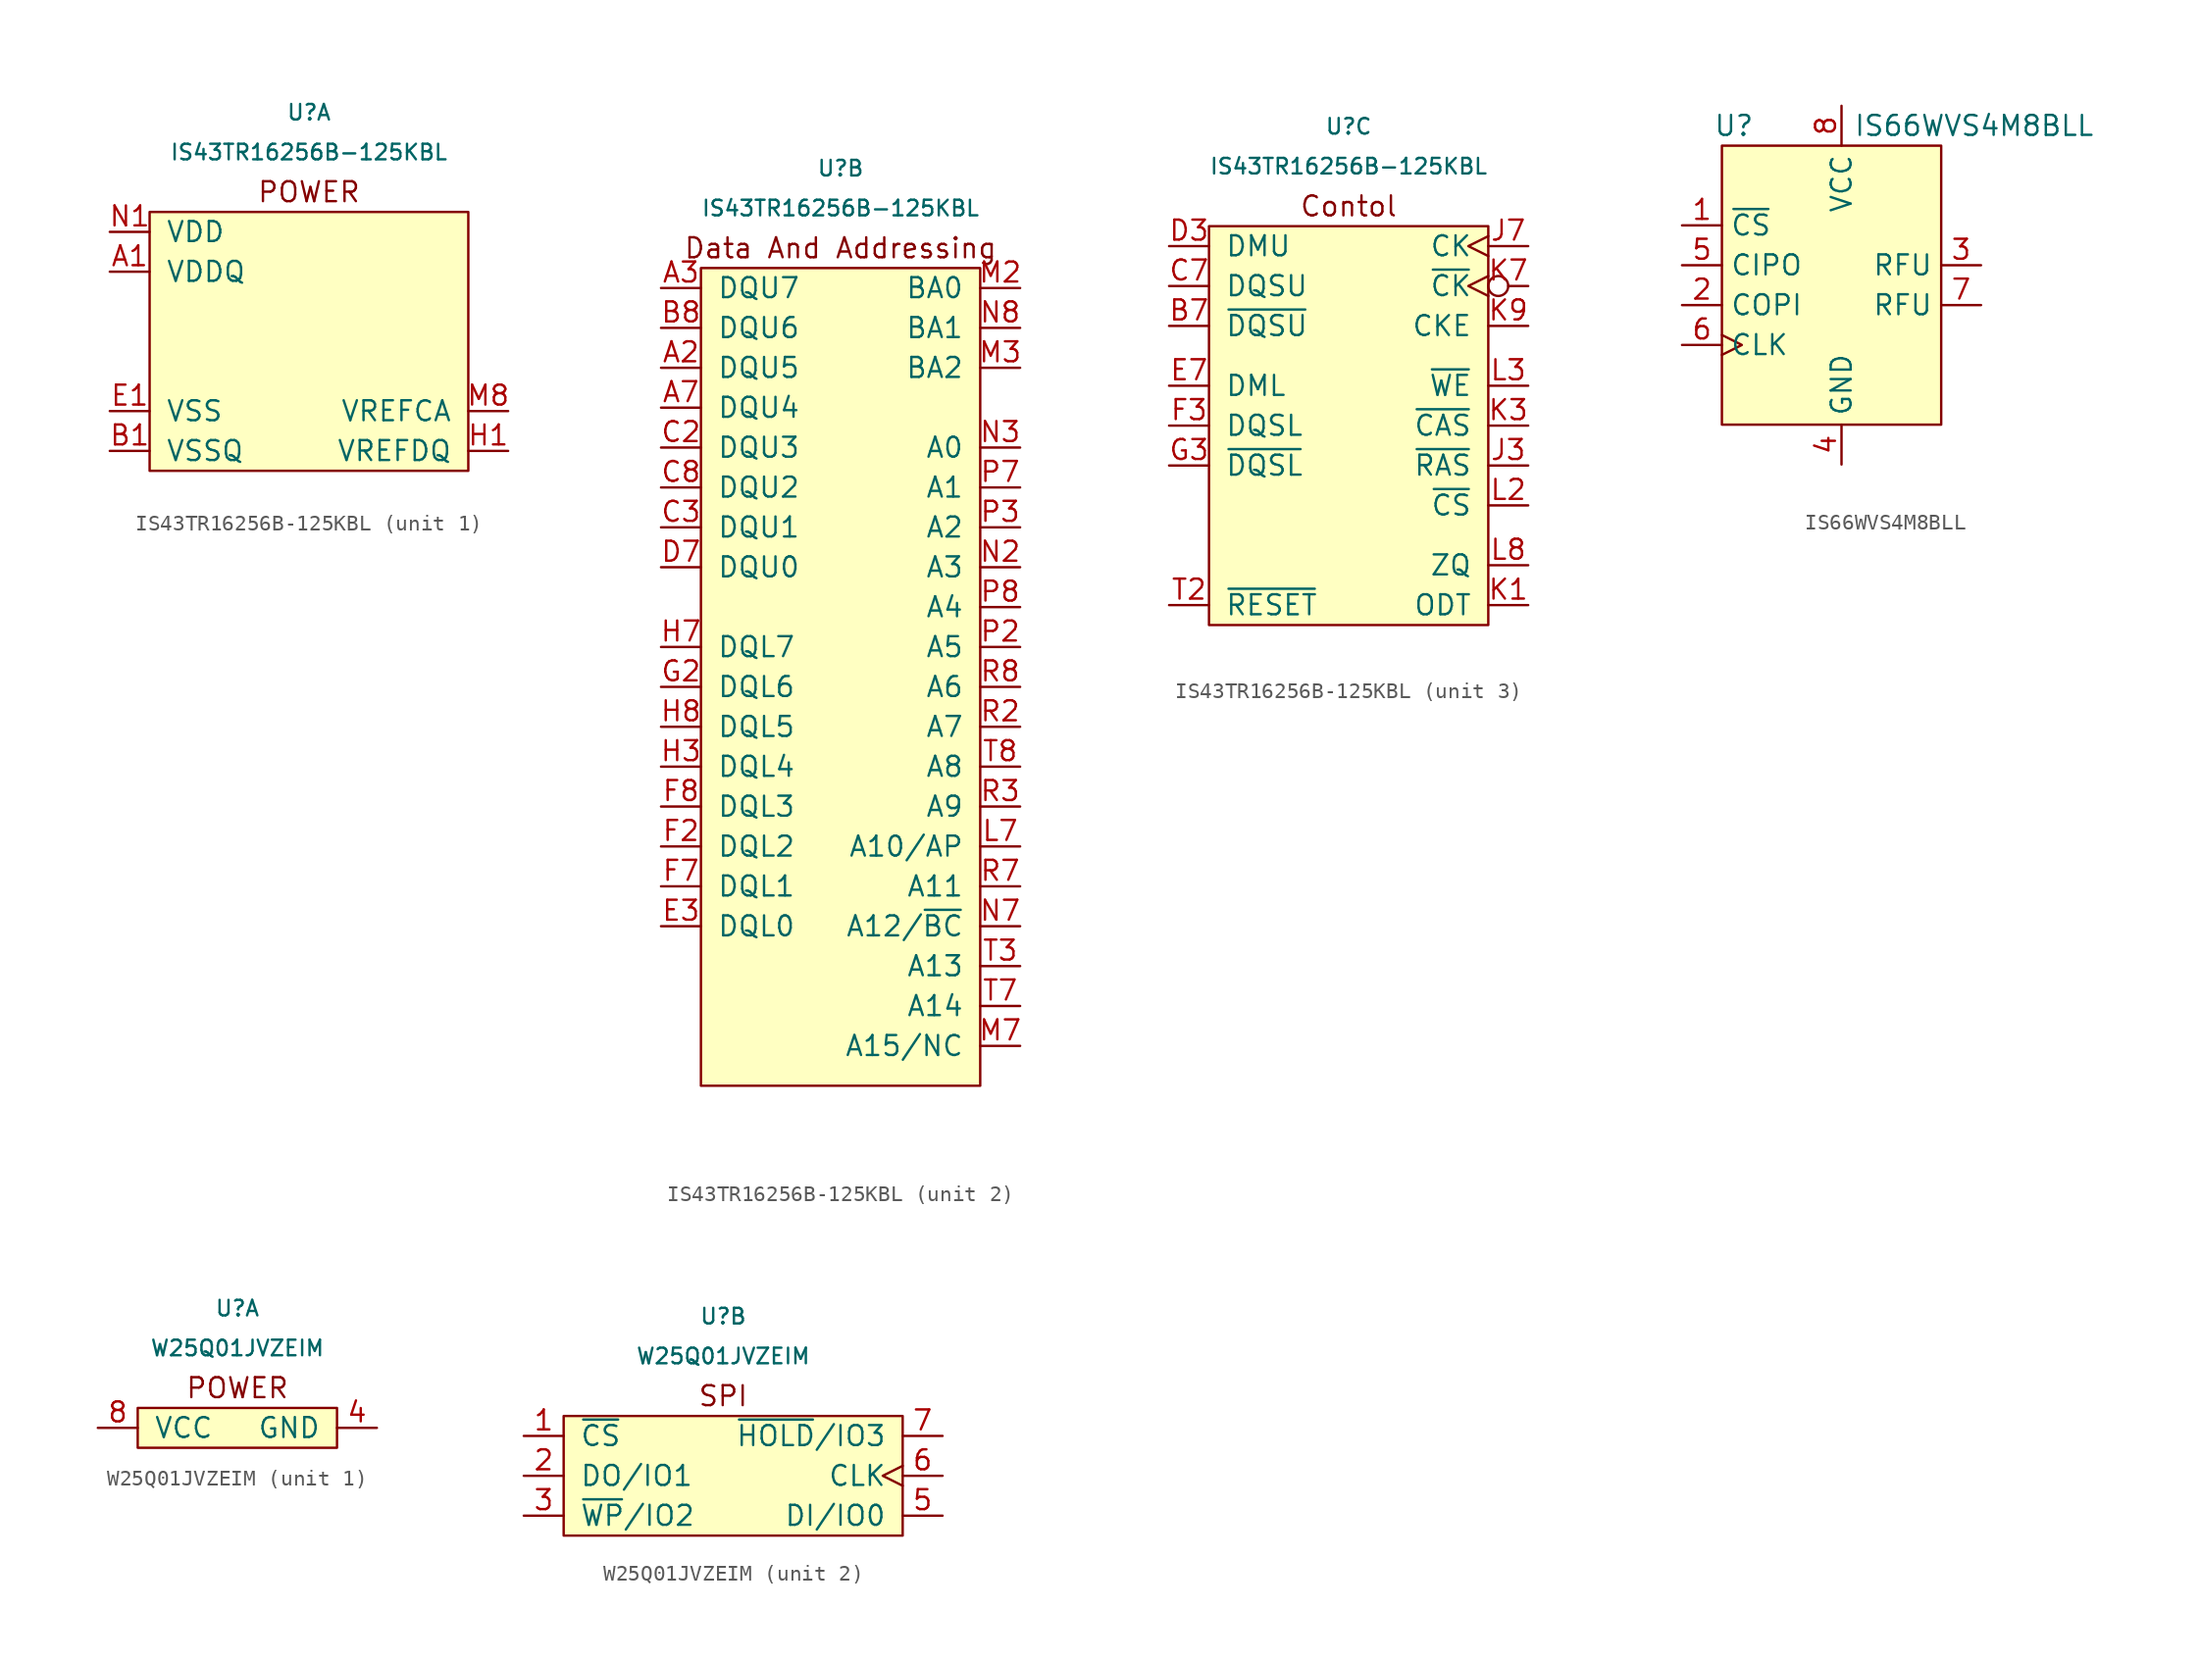
<source format=kicad_sym>
(kicad_symbol_lib
  (version 20231120)
  (generator "kicad_symbol_editor")
  (generator_version "8.0")
  (symbol "IS43TR16256B-125KBL"
    (pin_names
      (offset 1.016))
    (property "Reference" "U"
      (at 0 12.7 0)
      (effects (font (size 0.991 0.991))))
    (property "Value" "IS43TR16256B-125KBL"
      (at 0 10.16 0)
      (effects (font (size 0.991 0.991))))
    (property "ki_locked" ""
      (at 0 0 0)
      (effects (font (size 1.27 1.27))))
    (symbol "IS43TR16256B-125KBL_1_0"
      (text "POWER" (at 0 7.62 0) (effects (font (size 1.27 1.27)))))
    (symbol "IS43TR16256B-125KBL_1_1"
      (rectangle (start 10.16 6.35) (end -10.16 -10.16) (stroke (width 0) (type default)) (fill (type background)))
      (pin power_in line (at -12.7 2.54 0) (length 2.54) (name "VDDQ" (effects (font (size 1.27 1.27)))) (number "A1" (effects (font (size 1.27 1.27)))))
      (pin passive line (at -12.7 2.54 0) (length 2.54) hide (name "VDDQ" (effects (font (size 1.27 1.27)))) (number "A8" (effects (font (size 1.27 1.27)))))
      (pin passive line (at -12.7 -6.35 0) (length 2.54) hide (name "VSS" (effects (font (size 1.27 1.27)))) (number "A9" (effects (font (size 1.27 1.27)))))
      (pin passive line (at -12.7 -8.89 0) (length 2.54) (name "VSSQ" (effects (font (size 1.27 1.27)))) (number "B1" (effects (font (size 1.27 1.27)))))
      (pin passive line (at -12.7 5.08 0) (length 2.54) hide (name "VDD" (effects (font (size 1.27 1.27)))) (number "B2" (effects (font (size 1.27 1.27)))))
      (pin passive line (at -12.7 -6.35 0) (length 2.54) hide (name "VSS" (effects (font (size 1.27 1.27)))) (number "B3" (effects (font (size 1.27 1.27)))))
      (pin passive line (at -12.7 -8.89 0) (length 2.54) hide (name "VSSQ" (effects (font (size 1.27 1.27)))) (number "B9" (effects (font (size 1.27 1.27)))))
      (pin passive line (at -12.7 2.54 0) (length 2.54) hide (name "VDDQ" (effects (font (size 1.27 1.27)))) (number "C1" (effects (font (size 1.27 1.27)))))
      (pin passive line (at -12.7 2.54 0) (length 2.54) hide (name "VDDQ" (effects (font (size 1.27 1.27)))) (number "C9" (effects (font (size 1.27 1.27)))))
      (pin passive line (at -12.7 -8.89 0) (length 2.54) hide (name "VSSQ" (effects (font (size 1.27 1.27)))) (number "D1" (effects (font (size 1.27 1.27)))))
      (pin passive line (at -12.7 2.54 0) (length 2.54) hide (name "VDDQ" (effects (font (size 1.27 1.27)))) (number "D2" (effects (font (size 1.27 1.27)))))
      (pin passive line (at -12.7 -8.89 0) (length 2.54) hide (name "VSSQ" (effects (font (size 1.27 1.27)))) (number "D8" (effects (font (size 1.27 1.27)))))
      (pin passive line (at -12.7 5.08 0) (length 2.54) hide (name "VDD" (effects (font (size 1.27 1.27)))) (number "D9" (effects (font (size 1.27 1.27)))))
      (pin passive line (at -12.7 -6.35 0) (length 2.54) (name "VSS" (effects (font (size 1.27 1.27)))) (number "E1" (effects (font (size 1.27 1.27)))))
      (pin passive line (at -12.7 -8.89 0) (length 2.54) hide (name "VSSQ" (effects (font (size 1.27 1.27)))) (number "E2" (effects (font (size 1.27 1.27)))))
      (pin passive line (at -12.7 -8.89 0) (length 2.54) hide (name "VSSQ" (effects (font (size 1.27 1.27)))) (number "E8" (effects (font (size 1.27 1.27)))))
      (pin passive line (at -12.7 2.54 0) (length 2.54) hide (name "VDDQ" (effects (font (size 1.27 1.27)))) (number "E9" (effects (font (size 1.27 1.27)))))
      (pin passive line (at -12.7 2.54 0) (length 2.54) hide (name "VDDQ" (effects (font (size 1.27 1.27)))) (number "F1" (effects (font (size 1.27 1.27)))))
      (pin passive line (at -12.7 -8.89 0) (length 2.54) hide (name "VSSQ" (effects (font (size 1.27 1.27)))) (number "F9" (effects (font (size 1.27 1.27)))))
      (pin passive line (at -12.7 -8.89 0) (length 2.54) hide (name "VSSQ" (effects (font (size 1.27 1.27)))) (number "G1" (effects (font (size 1.27 1.27)))))
      (pin passive line (at -12.7 5.08 0) (length 2.54) hide (name "VDD" (effects (font (size 1.27 1.27)))) (number "G7" (effects (font (size 1.27 1.27)))))
      (pin passive line (at -12.7 -6.35 0) (length 2.54) hide (name "VSS" (effects (font (size 1.27 1.27)))) (number "G8" (effects (font (size 1.27 1.27)))))
      (pin passive line (at -12.7 -8.89 0) (length 2.54) hide (name "VSSQ" (effects (font (size 1.27 1.27)))) (number "G9" (effects (font (size 1.27 1.27)))))
      (pin power_in line (at 12.7 -8.89 180) (length 2.54) (name "VREFDQ" (effects (font (size 1.27 1.27)))) (number "H1" (effects (font (size 1.27 1.27)))))
      (pin passive line (at -12.7 2.54 0) (length 2.54) hide (name "VDDQ" (effects (font (size 1.27 1.27)))) (number "H2" (effects (font (size 1.27 1.27)))))
      (pin passive line (at -12.7 2.54 0) (length 2.54) hide (name "VDDQ" (effects (font (size 1.27 1.27)))) (number "H9" (effects (font (size 1.27 1.27)))))
      (pin no_connect non_logic (at 12.7 5.08 180) (length 2.54) hide (name "NC" (effects (font (size 1.27 1.27)))) (number "J1" (effects (font (size 1.27 1.27)))))
      (pin passive line (at -12.7 -6.35 0) (length 2.54) hide (name "VSS" (effects (font (size 1.27 1.27)))) (number "J2" (effects (font (size 1.27 1.27)))))
      (pin passive line (at -12.7 -6.35 0) (length 2.54) hide (name "VSS" (effects (font (size 1.27 1.27)))) (number "J8" (effects (font (size 1.27 1.27)))))
      (pin no_connect non_logic (at 12.7 0 180) (length 2.54) hide (name "NC" (effects (font (size 1.27 1.27)))) (number "J9" (effects (font (size 1.27 1.27)))))
      (pin passive line (at -12.7 5.08 0) (length 2.54) hide (name "VDD" (effects (font (size 1.27 1.27)))) (number "K2" (effects (font (size 1.27 1.27)))))
      (pin passive line (at -12.7 5.08 0) (length 2.54) hide (name "VDD" (effects (font (size 1.27 1.27)))) (number "K8" (effects (font (size 1.27 1.27)))))
      (pin no_connect non_logic (at 12.7 2.54 180) (length 2.54) hide (name "NC" (effects (font (size 1.27 1.27)))) (number "L1" (effects (font (size 1.27 1.27)))))
      (pin no_connect non_logic (at 12.7 -2.54 180) (length 2.54) hide (name "NC" (effects (font (size 1.27 1.27)))) (number "L9" (effects (font (size 1.27 1.27)))))
      (pin passive line (at -12.7 -6.35 0) (length 2.54) hide (name "VSS" (effects (font (size 1.27 1.27)))) (number "M1" (effects (font (size 1.27 1.27)))))
      (pin power_in line (at 12.7 -6.35 180) (length 2.54) (name "VREFCA" (effects (font (size 1.27 1.27)))) (number "M8" (effects (font (size 1.27 1.27)))))
      (pin passive line (at -12.7 -6.35 0) (length 2.54) hide (name "VSS" (effects (font (size 1.27 1.27)))) (number "M9" (effects (font (size 1.27 1.27)))))
      (pin power_in line (at -12.7 5.08 0) (length 2.54) (name "VDD" (effects (font (size 1.27 1.27)))) (number "N1" (effects (font (size 1.27 1.27)))))
      (pin passive line (at -12.7 5.08 0) (length 2.54) hide (name "VDD" (effects (font (size 1.27 1.27)))) (number "N9" (effects (font (size 1.27 1.27)))))
      (pin passive line (at -12.7 -6.35 0) (length 2.54) hide (name "VSS" (effects (font (size 1.27 1.27)))) (number "P1" (effects (font (size 1.27 1.27)))))
      (pin passive line (at -12.7 -6.35 0) (length 2.54) hide (name "VSS" (effects (font (size 1.27 1.27)))) (number "P9" (effects (font (size 1.27 1.27)))))
      (pin passive line (at -12.7 5.08 0) (length 2.54) hide (name "VDD" (effects (font (size 1.27 1.27)))) (number "R1" (effects (font (size 1.27 1.27)))))
      (pin passive line (at -12.7 5.08 0) (length 2.54) hide (name "VDD" (effects (font (size 1.27 1.27)))) (number "R9" (effects (font (size 1.27 1.27)))))
      (pin passive line (at -12.7 -6.35 0) (length 2.54) hide (name "VSS" (effects (font (size 1.27 1.27)))) (number "T1" (effects (font (size 1.27 1.27)))))
      (pin passive line (at -12.7 -6.35 0) (length 2.54) hide (name "VSS" (effects (font (size 1.27 1.27)))) (number "T9" (effects (font (size 1.27 1.27))))))
    (symbol "IS43TR16256B-125KBL_2_0"
      (rectangle (start 8.89 6.35) (end -8.89 -45.72) (stroke (width 0) (type default)) (fill (type background)))
      (text "Data And Addressing" (at 0 7.62 0) (effects (font (size 1.27 1.27)))))
    (symbol "IS43TR16256B-125KBL_2_1"
      (pin bidirectional line (at -11.43 0 0) (length 2.54) (name "DQU5" (effects (font (size 1.27 1.27)))) (number "A2" (effects (font (size 1.27 1.27)))))
      (pin bidirectional line (at -11.43 5.08 0) (length 2.54) (name "DQU7" (effects (font (size 1.27 1.27)))) (number "A3" (effects (font (size 1.27 1.27)))))
      (pin bidirectional line (at -11.43 -2.54 0) (length 2.54) (name "DQU4" (effects (font (size 1.27 1.27)))) (number "A7" (effects (font (size 1.27 1.27)))))
      (pin bidirectional line (at -11.43 2.54 0) (length 2.54) (name "DQU6" (effects (font (size 1.27 1.27)))) (number "B8" (effects (font (size 1.27 1.27)))))
      (pin bidirectional line (at -11.43 -5.08 0) (length 2.54) (name "DQU3" (effects (font (size 1.27 1.27)))) (number "C2" (effects (font (size 1.27 1.27)))))
      (pin bidirectional line (at -11.43 -10.16 0) (length 2.54) (name "DQU1" (effects (font (size 1.27 1.27)))) (number "C3" (effects (font (size 1.27 1.27)))))
      (pin bidirectional line (at -11.43 -7.62 0) (length 2.54) (name "DQU2" (effects (font (size 1.27 1.27)))) (number "C8" (effects (font (size 1.27 1.27)))))
      (pin bidirectional line (at -11.43 -12.7 0) (length 2.54) (name "DQU0" (effects (font (size 1.27 1.27)))) (number "D7" (effects (font (size 1.27 1.27)))))
      (pin bidirectional line (at -11.43 -35.56 0) (length 2.54) (name "DQL0" (effects (font (size 1.27 1.27)))) (number "E3" (effects (font (size 1.27 1.27)))))
      (pin bidirectional line (at -11.43 -30.48 0) (length 2.54) (name "DQL2" (effects (font (size 1.27 1.27)))) (number "F2" (effects (font (size 1.27 1.27)))))
      (pin bidirectional line (at -11.43 -33.02 0) (length 2.54) (name "DQL1" (effects (font (size 1.27 1.27)))) (number "F7" (effects (font (size 1.27 1.27)))))
      (pin bidirectional line (at -11.43 -27.94 0) (length 2.54) (name "DQL3" (effects (font (size 1.27 1.27)))) (number "F8" (effects (font (size 1.27 1.27)))))
      (pin bidirectional line (at -11.43 -20.32 0) (length 2.54) (name "DQL6" (effects (font (size 1.27 1.27)))) (number "G2" (effects (font (size 1.27 1.27)))))
      (pin bidirectional line (at -11.43 -25.4 0) (length 2.54) (name "DQL4" (effects (font (size 1.27 1.27)))) (number "H3" (effects (font (size 1.27 1.27)))))
      (pin bidirectional line (at -11.43 -17.78 0) (length 2.54) (name "DQL7" (effects (font (size 1.27 1.27)))) (number "H7" (effects (font (size 1.27 1.27)))))
      (pin bidirectional line (at -11.43 -22.86 0) (length 2.54) (name "DQL5" (effects (font (size 1.27 1.27)))) (number "H8" (effects (font (size 1.27 1.27)))))
      (pin input line (at 11.43 -30.48 180) (length 2.54) (name "A10/AP" (effects (font (size 1.27 1.27)))) (number "L7" (effects (font (size 1.27 1.27)))))
      (pin input line (at 11.43 5.08 180) (length 2.54) (name "BA0" (effects (font (size 1.27 1.27)))) (number "M2" (effects (font (size 1.27 1.27)))))
      (pin input line (at 11.43 0 180) (length 2.54) (name "BA2" (effects (font (size 1.27 1.27)))) (number "M3" (effects (font (size 1.27 1.27)))))
      (pin input line (at 11.43 -43.18 180) (length 2.54) (name "A15/NC" (effects (font (size 1.27 1.27)))) (number "M7" (effects (font (size 1.27 1.27)))))
      (pin input line (at 11.43 -12.7 180) (length 2.54) (name "A3" (effects (font (size 1.27 1.27)))) (number "N2" (effects (font (size 1.27 1.27)))))
      (pin input line (at 11.43 -5.08 180) (length 2.54) (name "A0" (effects (font (size 1.27 1.27)))) (number "N3" (effects (font (size 1.27 1.27)))))
      (pin input line (at 11.43 -35.56 180) (length 2.54) (name "A12/~{BC}" (effects (font (size 1.27 1.27)))) (number "N7" (effects (font (size 1.27 1.27)))))
      (pin input line (at 11.43 2.54 180) (length 2.54) (name "BA1" (effects (font (size 1.27 1.27)))) (number "N8" (effects (font (size 1.27 1.27)))))
      (pin input line (at 11.43 -17.78 180) (length 2.54) (name "A5" (effects (font (size 1.27 1.27)))) (number "P2" (effects (font (size 1.27 1.27)))))
      (pin input line (at 11.43 -10.16 180) (length 2.54) (name "A2" (effects (font (size 1.27 1.27)))) (number "P3" (effects (font (size 1.27 1.27)))))
      (pin input line (at 11.43 -7.62 180) (length 2.54) (name "A1" (effects (font (size 1.27 1.27)))) (number "P7" (effects (font (size 1.27 1.27)))))
      (pin input line (at 11.43 -15.24 180) (length 2.54) (name "A4" (effects (font (size 1.27 1.27)))) (number "P8" (effects (font (size 1.27 1.27)))))
      (pin input line (at 11.43 -22.86 180) (length 2.54) (name "A7" (effects (font (size 1.27 1.27)))) (number "R2" (effects (font (size 1.27 1.27)))))
      (pin input line (at 11.43 -27.94 180) (length 2.54) (name "A9" (effects (font (size 1.27 1.27)))) (number "R3" (effects (font (size 1.27 1.27)))))
      (pin input line (at 11.43 -33.02 180) (length 2.54) (name "A11" (effects (font (size 1.27 1.27)))) (number "R7" (effects (font (size 1.27 1.27)))))
      (pin input line (at 11.43 -20.32 180) (length 2.54) (name "A6" (effects (font (size 1.27 1.27)))) (number "R8" (effects (font (size 1.27 1.27)))))
      (pin input line (at 11.43 -38.1 180) (length 2.54) (name "A13" (effects (font (size 1.27 1.27)))) (number "T3" (effects (font (size 1.27 1.27)))))
      (pin input line (at 11.43 -40.64 180) (length 2.54) (name "A14" (effects (font (size 1.27 1.27)))) (number "T7" (effects (font (size 1.27 1.27)))))
      (pin input line (at 11.43 -25.4 180) (length 2.54) (name "A8" (effects (font (size 1.27 1.27)))) (number "T8" (effects (font (size 1.27 1.27))))))
    (symbol "IS43TR16256B-125KBL_3_0"
      (text "Contol" (at 0 7.62 0) (effects (font (size 1.27 1.27)))))
    (symbol "IS43TR16256B-125KBL_3_1"
      (rectangle (start -8.89 6.35) (end 8.89 -19.05) (stroke (width 0) (type default)) (fill (type background)))
      (pin input line (at -11.43 0 0) (length 2.54) (name "~{DQSU}" (effects (font (size 1.27 1.27)))) (number "B7" (effects (font (size 1.27 1.27)))))
      (pin input line (at -11.43 2.54 0) (length 2.54) (name "DQSU" (effects (font (size 1.27 1.27)))) (number "C7" (effects (font (size 1.27 1.27)))))
      (pin input line (at -11.43 5.08 0) (length 2.54) (name "DMU" (effects (font (size 1.27 1.27)))) (number "D3" (effects (font (size 1.27 1.27)))))
      (pin input line (at -11.43 -3.81 0) (length 2.54) (name "DML" (effects (font (size 1.27 1.27)))) (number "E7" (effects (font (size 1.27 1.27)))))
      (pin input line (at -11.43 -6.35 0) (length 2.54) (name "DQSL" (effects (font (size 1.27 1.27)))) (number "F3" (effects (font (size 1.27 1.27)))))
      (pin input line (at -11.43 -8.89 0) (length 2.54) (name "~{DQSL}" (effects (font (size 1.27 1.27)))) (number "G3" (effects (font (size 1.27 1.27)))))
      (pin input line (at 11.43 -8.89 180) (length 2.54) (name "~{RAS}" (effects (font (size 1.27 1.27)))) (number "J3" (effects (font (size 1.27 1.27)))))
      (pin input clock (at 11.43 5.08 180) (length 2.54) (name "CK" (effects (font (size 1.27 1.27)))) (number "J7" (effects (font (size 1.27 1.27)))))
      (pin input line (at 11.43 -17.78 180) (length 2.54) (name "ODT" (effects (font (size 1.27 1.27)))) (number "K1" (effects (font (size 1.27 1.27)))))
      (pin input line (at 11.43 -6.35 180) (length 2.54) (name "~{CAS}" (effects (font (size 1.27 1.27)))) (number "K3" (effects (font (size 1.27 1.27)))))
      (pin input inverted_clock (at 11.43 2.54 180) (length 2.54) (name "~{CK}" (effects (font (size 1.27 1.27)))) (number "K7" (effects (font (size 1.27 1.27)))))
      (pin input line (at 11.43 0 180) (length 2.54) (name "CKE" (effects (font (size 1.27 1.27)))) (number "K9" (effects (font (size 1.27 1.27)))))
      (pin input line (at 11.43 -11.43 180) (length 2.54) (name "~{CS}" (effects (font (size 1.27 1.27)))) (number "L2" (effects (font (size 1.27 1.27)))))
      (pin input line (at 11.43 -3.81 180) (length 2.54) (name "~{WE}" (effects (font (size 1.27 1.27)))) (number "L3" (effects (font (size 1.27 1.27)))))
      (pin input line (at 11.43 -15.24 180) (length 2.54) (name "ZQ" (effects (font (size 1.27 1.27)))) (number "L8" (effects (font (size 1.27 1.27)))))
      (pin input line (at -11.43 -17.78 0) (length 2.54) (name "~{RESET}" (effects (font (size 1.27 1.27)))) (number "T2" (effects (font (size 1.27 1.27)))))))
  (symbol "IS66WVS4M8BLL"
    (property "Reference" "U"
      (at -6.858 10.16 0)
      (effects (font (size 1.27 1.27))))
    (property "Value" "IS66WVS4M8BLL"
      (at 0.762 10.16 0)
      (effects (font (size 1.27 1.27)) (justify left)))
    (symbol "IS66WVS4M8BLL_1_1"
      (rectangle (start -7.62 8.89) (end 6.35 -8.89) (stroke (width 0) (type default)) (fill (type background)))
      (pin input line (at -10.16 3.81 0) (length 2.54) (name "~{CS}" (effects (font (size 1.27 1.27)))) (number "1" (effects (font (size 1.27 1.27)))))
      (pin input line (at -10.16 -1.27 0) (length 2.54) (name "COPI" (effects (font (size 1.27 1.27)))) (number "2" (effects (font (size 1.27 1.27)))) (alternate "SIO1" bidirectional line))
      (pin input line (at 8.89 1.27 180) (length 2.54) (name "RFU" (effects (font (size 1.27 1.27)))) (number "3" (effects (font (size 1.27 1.27)))) (alternate "SIO2" bidirectional line))
      (pin power_in line (at 0 -11.43 90) (length 2.54) (name "GND" (effects (font (size 1.27 1.27)))) (number "4" (effects (font (size 1.27 1.27)))))
      (pin output line (at -10.16 1.27 0) (length 2.54) (name "CIPO" (effects (font (size 1.27 1.27)))) (number "5" (effects (font (size 1.27 1.27)))) (alternate "SIO0" bidirectional line))
      (pin input clock (at -10.16 -3.81 0) (length 2.54) (name "CLK" (effects (font (size 1.27 1.27)))) (number "6" (effects (font (size 1.27 1.27)))))
      (pin input line (at 8.89 -1.27 180) (length 2.54) (name "RFU" (effects (font (size 1.27 1.27)))) (number "7" (effects (font (size 1.27 1.27)))) (alternate "SIO3" bidirectional line))
      (pin power_in line (at 0 11.43 270) (length 2.54) (name "VCC" (effects (font (size 1.27 1.27)))) (number "8" (effects (font (size 1.27 1.27)))))))
  (symbol "W25Q01JVZEIM"
    (pin_names
      (offset 1.016))
    (property "Reference" "U"
      (at 0 6.35 0)
      (effects (font (size 0.991 0.991))))
    (property "Value" "W25Q01JVZEIM"
      (at 0 3.81 0)
      (effects (font (size 0.991 0.991))))
    (property "ki_locked" ""
      (at 0 0 0)
      (effects (font (size 1.27 1.27))))
    (symbol "W25Q01JVZEIM_1_0"
      (rectangle (start -6.35 0) (end 6.35 -2.54) (stroke (width 0) (type default)) (fill (type background)))
      (text "POWER" (at 0 1.27 0) (effects (font (size 1.27 1.27)))))
    (symbol "W25Q01JVZEIM_1_1"
      (pin passive line (at 8.89 -1.27 180) (length 2.54) (name "GND" (effects (font (size 1.27 1.27)))) (number "4" (effects (font (size 1.27 1.27)))))
      (pin power_in line (at -8.89 -1.27 0) (length 2.54) (name "VCC" (effects (font (size 1.27 1.27)))) (number "8" (effects (font (size 1.27 1.27)))))
      (pin passive line (at 8.89 -1.27 180) (length 2.54) hide (name "GND" (effects (font (size 1.27 1.27)))) (number "9" (effects (font (size 1.27 1.27))))))
    (symbol "W25Q01JVZEIM_2_0"
      (rectangle (start -10.16 0) (end 11.43 -7.62) (stroke (width 0) (type default)) (fill (type background)))
      (text "SPI" (at 0 1.27 0) (effects (font (size 1.27 1.27)))))
    (symbol "W25Q01JVZEIM_2_1"
      (pin passive line (at -12.7 -1.27 0) (length 2.54) (name "~{CS}" (effects (font (size 1.27 1.27)))) (number "1" (effects (font (size 1.27 1.27)))))
      (pin passive line (at -12.7 -3.81 0) (length 2.54) (name "DO/IO1" (effects (font (size 1.27 1.27)))) (number "2" (effects (font (size 1.27 1.27)))))
      (pin passive line (at -12.7 -6.35 0) (length 2.54) (name "~{WP}/IO2" (effects (font (size 1.27 1.27)))) (number "3" (effects (font (size 1.27 1.27)))))
      (pin passive line (at 13.97 -6.35 180) (length 2.54) (name "DI/IO0" (effects (font (size 1.27 1.27)))) (number "5" (effects (font (size 1.27 1.27)))))
      (pin input clock (at 13.97 -3.81 180) (length 2.54) (name "CLK" (effects (font (size 1.27 1.27)))) (number "6" (effects (font (size 1.27 1.27)))))
      (pin passive line (at 13.97 -1.27 180) (length 2.54) (name "~{HOLD}/IO3" (effects (font (size 1.27 1.27)))) (number "7" (effects (font (size 1.27 1.27))))))))
</source>
